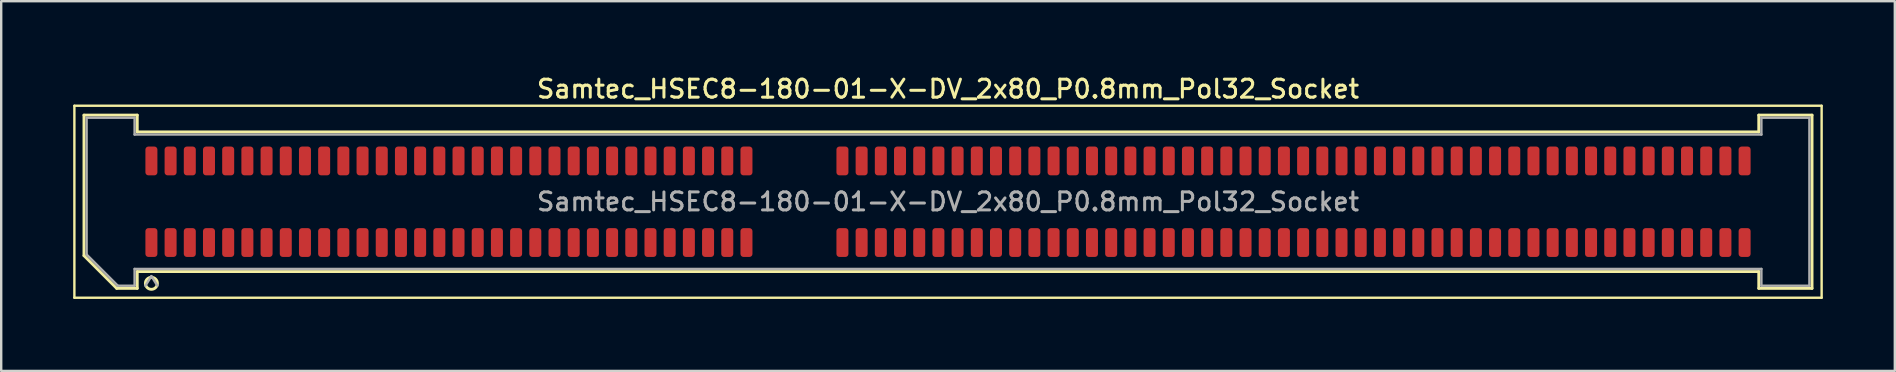
<source format=kicad_pcb>
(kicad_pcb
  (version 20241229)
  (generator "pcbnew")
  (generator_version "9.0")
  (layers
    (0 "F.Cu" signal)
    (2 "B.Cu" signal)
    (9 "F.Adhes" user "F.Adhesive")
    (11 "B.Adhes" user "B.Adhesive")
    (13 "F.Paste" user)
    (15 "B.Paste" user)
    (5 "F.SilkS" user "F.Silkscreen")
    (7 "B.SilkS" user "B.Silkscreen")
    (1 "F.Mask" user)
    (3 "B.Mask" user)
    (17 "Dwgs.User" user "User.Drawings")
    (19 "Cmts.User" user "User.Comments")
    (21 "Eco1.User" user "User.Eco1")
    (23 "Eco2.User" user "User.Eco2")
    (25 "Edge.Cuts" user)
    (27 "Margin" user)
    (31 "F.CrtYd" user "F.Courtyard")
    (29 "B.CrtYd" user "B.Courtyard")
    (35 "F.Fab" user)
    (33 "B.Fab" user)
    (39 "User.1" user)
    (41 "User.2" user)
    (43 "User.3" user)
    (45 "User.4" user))
  (footprint "Samtec_HSEC8-180-01-X-DV_2x80_P0.8mm_Pol32_Socket"
    (layer "F.Cu")
    (at 36.46 5.358)
    (property "Reference" "Samtec_HSEC8-180-01-X-DV_2x80_P0.8mm_Pol32_Socket" (at 0 -4.7 0) (layer "F.SilkS") (effects (font (size 0.75 0.75) (thickness 0.125))))
    (attr smd)
    (fp_line (start -36.41 -4) (end -36.41 4) (stroke (width 0.1) (type solid)) (layer "F.SilkS"))
    (fp_line (start -36.41 4) (end 36.41 4) (stroke (width 0.1) (type solid)) (layer "F.SilkS"))
    (fp_line (start -36.01 -3.61) (end -33.79 -3.61) (stroke (width 0.12) (type solid)) (layer "F.SilkS"))
    (fp_line (start -36.01 2.246) (end -36.01 -3.61) (stroke (width 0.12) (type solid)) (layer "F.SilkS"))
    (fp_line (start -34.646 3.61) (end -36.01 2.246) (stroke (width 0.12) (type solid)) (layer "F.SilkS"))
    (fp_line (start -33.79 -3.61) (end -33.79 -2.91) (stroke (width 0.12) (type solid)) (layer "F.SilkS"))
    (fp_line (start -33.79 -2.91) (end 33.79 -2.91) (stroke (width 0.12) (type solid)) (layer "F.SilkS"))
    (fp_line (start -33.79 2.91) (end -33.79 3.61) (stroke (width 0.12) (type solid)) (layer "F.SilkS"))
    (fp_line (start -33.79 3.61) (end -34.646 3.61) (stroke (width 0.12) (type solid)) (layer "F.SilkS"))
    (fp_line (start 33.79 -3.61) (end 36.01 -3.61) (stroke (width 0.12) (type solid)) (layer "F.SilkS"))
    (fp_line (start 33.79 -2.91) (end 33.79 -3.61) (stroke (width 0.12) (type solid)) (layer "F.SilkS"))
    (fp_line (start 33.79 2.91) (end -33.79 2.91) (stroke (width 0.12) (type solid)) (layer "F.SilkS"))
    (fp_line (start 33.79 3.61) (end 33.79 2.91) (stroke (width 0.12) (type solid)) (layer "F.SilkS"))
    (fp_line (start 36.01 -3.61) (end 36.01 3.61) (stroke (width 0.12) (type solid)) (layer "F.SilkS"))
    (fp_line (start 36.01 3.61) (end 33.79 3.61) (stroke (width 0.12) (type solid)) (layer "F.SilkS"))
    (fp_line (start 36.41 -4) (end -36.41 -4) (stroke (width 0.1) (type solid)) (layer "F.SilkS"))
    (fp_line (start 36.41 4) (end 36.41 -4) (stroke (width 0.1) (type solid)) (layer "F.SilkS"))
    (fp_arc (start -32.95 3.4) (mid -33.45 3.4) (end -32.95 3.4) (stroke (width 0.12) (type solid)) (layer "F.SilkS"))
    (fp_line (start -35.9 -3.5) (end -33.9 -3.5) (stroke (width 0.1) (type solid)) (layer "F.Fab"))
    (fp_line (start -35.9 2.2) (end -35.9 -3.5) (stroke (width 0.1) (type solid)) (layer "F.Fab"))
    (fp_line (start -34.6 3.5) (end -35.9 2.2) (stroke (width 0.1) (type solid)) (layer "F.Fab"))
    (fp_line (start -33.9 -3.5) (end -33.9 -2.8) (stroke (width 0.1) (type solid)) (layer "F.Fab"))
    (fp_line (start -33.9 -2.8) (end 33.9 -2.8) (stroke (width 0.1) (type solid)) (layer "F.Fab"))
    (fp_line (start -33.9 2.8) (end -33.9 3.5) (stroke (width 0.1) (type solid)) (layer "F.Fab"))
    (fp_line (start -33.9 3.5) (end -34.6 3.5) (stroke (width 0.1) (type solid)) (layer "F.Fab"))
    (fp_line (start -33.2 3.1) (end -33.45 3.5) (stroke (width 0.1) (type solid)) (layer "F.Fab"))
    (fp_line (start -33.2 3.1) (end -32.95 3.5) (stroke (width 0.1) (type solid)) (layer "F.Fab"))
    (fp_line (start 33.9 -3.5) (end 35.9 -3.5) (stroke (width 0.1) (type solid)) (layer "F.Fab"))
    (fp_line (start 33.9 -2.8) (end 33.9 -3.5) (stroke (width 0.1) (type solid)) (layer "F.Fab"))
    (fp_line (start 33.9 2.8) (end -33.9 2.8) (stroke (width 0.1) (type solid)) (layer "F.Fab"))
    (fp_line (start 33.9 3.5) (end 33.9 2.8) (stroke (width 0.1) (type solid)) (layer "F.Fab"))
    (fp_line (start 35.9 -3.5) (end 35.9 3.5) (stroke (width 0.1) (type solid)) (layer "F.Fab"))
    (fp_line (start 35.9 3.5) (end 33.9 3.5) (stroke (width 0.1) (type solid)) (layer "F.Fab"))
    (fp_text user "${REFERENCE}" (at 0 0 0) (layer "F.Fab") (effects (font (size 0.75 0.75) (thickness 0.125))))
    (pad "1" smd roundrect (at -33.2 1.7) (size 0.5 1.2) (layers "F.Cu" "F.Mask" "F.Paste") (roundrect_rratio 0.25))
    (pad "2" smd roundrect (at -33.2 -1.7) (size 0.5 1.2) (layers "F.Cu" "F.Mask" "F.Paste") (roundrect_rratio 0.25))
    (pad "3" smd roundrect (at -32.4 1.7) (size 0.5 1.2) (layers "F.Cu" "F.Mask" "F.Paste") (roundrect_rratio 0.25))
    (pad "4" smd roundrect (at -32.4 -1.7) (size 0.5 1.2) (layers "F.Cu" "F.Mask" "F.Paste") (roundrect_rratio 0.25))
    (pad "5" smd roundrect (at -31.6 1.7) (size 0.5 1.2) (layers "F.Cu" "F.Mask" "F.Paste") (roundrect_rratio 0.25))
    (pad "6" smd roundrect (at -31.6 -1.7) (size 0.5 1.2) (layers "F.Cu" "F.Mask" "F.Paste") (roundrect_rratio 0.25))
    (pad "7" smd roundrect (at -30.8 1.7) (size 0.5 1.2) (layers "F.Cu" "F.Mask" "F.Paste") (roundrect_rratio 0.25))
    (pad "8" smd roundrect (at -30.8 -1.7) (size 0.5 1.2) (layers "F.Cu" "F.Mask" "F.Paste") (roundrect_rratio 0.25))
    (pad "9" smd roundrect (at -30 1.7) (size 0.5 1.2) (layers "F.Cu" "F.Mask" "F.Paste") (roundrect_rratio 0.25))
    (pad "10" smd roundrect (at -30 -1.7) (size 0.5 1.2) (layers "F.Cu" "F.Mask" "F.Paste") (roundrect_rratio 0.25))
    (pad "11" smd roundrect (at -29.2 1.7) (size 0.5 1.2) (layers "F.Cu" "F.Mask" "F.Paste") (roundrect_rratio 0.25))
    (pad "12" smd roundrect (at -29.2 -1.7) (size 0.5 1.2) (layers "F.Cu" "F.Mask" "F.Paste") (roundrect_rratio 0.25))
    (pad "13" smd roundrect (at -28.4 1.7) (size 0.5 1.2) (layers "F.Cu" "F.Mask" "F.Paste") (roundrect_rratio 0.25))
    (pad "14" smd roundrect (at -28.4 -1.7) (size 0.5 1.2) (layers "F.Cu" "F.Mask" "F.Paste") (roundrect_rratio 0.25))
    (pad "15" smd roundrect (at -27.6 1.7) (size 0.5 1.2) (layers "F.Cu" "F.Mask" "F.Paste") (roundrect_rratio 0.25))
    (pad "16" smd roundrect (at -27.6 -1.7) (size 0.5 1.2) (layers "F.Cu" "F.Mask" "F.Paste") (roundrect_rratio 0.25))
    (pad "17" smd roundrect (at -26.8 1.7) (size 0.5 1.2) (layers "F.Cu" "F.Mask" "F.Paste") (roundrect_rratio 0.25))
    (pad "18" smd roundrect (at -26.8 -1.7) (size 0.5 1.2) (layers "F.Cu" "F.Mask" "F.Paste") (roundrect_rratio 0.25))
    (pad "19" smd roundrect (at -26 1.7) (size 0.5 1.2) (layers "F.Cu" "F.Mask" "F.Paste") (roundrect_rratio 0.25))
    (pad "20" smd roundrect (at -26 -1.7) (size 0.5 1.2) (layers "F.Cu" "F.Mask" "F.Paste") (roundrect_rratio 0.25))
    (pad "21" smd roundrect (at -25.2 1.7) (size 0.5 1.2) (layers "F.Cu" "F.Mask" "F.Paste") (roundrect_rratio 0.25))
    (pad "22" smd roundrect (at -25.2 -1.7) (size 0.5 1.2) (layers "F.Cu" "F.Mask" "F.Paste") (roundrect_rratio 0.25))
    (pad "23" smd roundrect (at -24.4 1.7) (size 0.5 1.2) (layers "F.Cu" "F.Mask" "F.Paste") (roundrect_rratio 0.25))
    (pad "24" smd roundrect (at -24.4 -1.7) (size 0.5 1.2) (layers "F.Cu" "F.Mask" "F.Paste") (roundrect_rratio 0.25))
    (pad "25" smd roundrect (at -23.6 1.7) (size 0.5 1.2) (layers "F.Cu" "F.Mask" "F.Paste") (roundrect_rratio 0.25))
    (pad "26" smd roundrect (at -23.6 -1.7) (size 0.5 1.2) (layers "F.Cu" "F.Mask" "F.Paste") (roundrect_rratio 0.25))
    (pad "27" smd roundrect (at -22.8 1.7) (size 0.5 1.2) (layers "F.Cu" "F.Mask" "F.Paste") (roundrect_rratio 0.25))
    (pad "28" smd roundrect (at -22.8 -1.7) (size 0.5 1.2) (layers "F.Cu" "F.Mask" "F.Paste") (roundrect_rratio 0.25))
    (pad "29" smd roundrect (at -22 1.7) (size 0.5 1.2) (layers "F.Cu" "F.Mask" "F.Paste") (roundrect_rratio 0.25))
    (pad "30" smd roundrect (at -22 -1.7) (size 0.5 1.2) (layers "F.Cu" "F.Mask" "F.Paste") (roundrect_rratio 0.25))
    (pad "31" smd roundrect (at -21.2 1.7) (size 0.5 1.2) (layers "F.Cu" "F.Mask" "F.Paste") (roundrect_rratio 0.25))
    (pad "32" smd roundrect (at -21.2 -1.7) (size 0.5 1.2) (layers "F.Cu" "F.Mask" "F.Paste") (roundrect_rratio 0.25))
    (pad "33" smd roundrect (at -20.4 1.7) (size 0.5 1.2) (layers "F.Cu" "F.Mask" "F.Paste") (roundrect_rratio 0.25))
    (pad "34" smd roundrect (at -20.4 -1.7) (size 0.5 1.2) (layers "F.Cu" "F.Mask" "F.Paste") (roundrect_rratio 0.25))
    (pad "35" smd roundrect (at -19.6 1.7) (size 0.5 1.2) (layers "F.Cu" "F.Mask" "F.Paste") (roundrect_rratio 0.25))
    (pad "36" smd roundrect (at -19.6 -1.7) (size 0.5 1.2) (layers "F.Cu" "F.Mask" "F.Paste") (roundrect_rratio 0.25))
    (pad "37" smd roundrect (at -18.8 1.7) (size 0.5 1.2) (layers "F.Cu" "F.Mask" "F.Paste") (roundrect_rratio 0.25))
    (pad "38" smd roundrect (at -18.8 -1.7) (size 0.5 1.2) (layers "F.Cu" "F.Mask" "F.Paste") (roundrect_rratio 0.25))
    (pad "39" smd roundrect (at -18 1.7) (size 0.5 1.2) (layers "F.Cu" "F.Mask" "F.Paste") (roundrect_rratio 0.25))
    (pad "40" smd roundrect (at -18 -1.7) (size 0.5 1.2) (layers "F.Cu" "F.Mask" "F.Paste") (roundrect_rratio 0.25))
    (pad "41" smd roundrect (at -17.2 1.7) (size 0.5 1.2) (layers "F.Cu" "F.Mask" "F.Paste") (roundrect_rratio 0.25))
    (pad "42" smd roundrect (at -17.2 -1.7) (size 0.5 1.2) (layers "F.Cu" "F.Mask" "F.Paste") (roundrect_rratio 0.25))
    (pad "43" smd roundrect (at -16.4 1.7) (size 0.5 1.2) (layers "F.Cu" "F.Mask" "F.Paste") (roundrect_rratio 0.25))
    (pad "44" smd roundrect (at -16.4 -1.7) (size 0.5 1.2) (layers "F.Cu" "F.Mask" "F.Paste") (roundrect_rratio 0.25))
    (pad "45" smd roundrect (at -15.6 1.7) (size 0.5 1.2) (layers "F.Cu" "F.Mask" "F.Paste") (roundrect_rratio 0.25))
    (pad "46" smd roundrect (at -15.6 -1.7) (size 0.5 1.2) (layers "F.Cu" "F.Mask" "F.Paste") (roundrect_rratio 0.25))
    (pad "47" smd roundrect (at -14.8 1.7) (size 0.5 1.2) (layers "F.Cu" "F.Mask" "F.Paste") (roundrect_rratio 0.25))
    (pad "48" smd roundrect (at -14.8 -1.7) (size 0.5 1.2) (layers "F.Cu" "F.Mask" "F.Paste") (roundrect_rratio 0.25))
    (pad "49" smd roundrect (at -14 1.7) (size 0.5 1.2) (layers "F.Cu" "F.Mask" "F.Paste") (roundrect_rratio 0.25))
    (pad "50" smd roundrect (at -14 -1.7) (size 0.5 1.2) (layers "F.Cu" "F.Mask" "F.Paste") (roundrect_rratio 0.25))
    (pad "51" smd roundrect (at -13.2 1.7) (size 0.5 1.2) (layers "F.Cu" "F.Mask" "F.Paste") (roundrect_rratio 0.25))
    (pad "52" smd roundrect (at -13.2 -1.7) (size 0.5 1.2) (layers "F.Cu" "F.Mask" "F.Paste") (roundrect_rratio 0.25))
    (pad "53" smd roundrect (at -12.4 1.7) (size 0.5 1.2) (layers "F.Cu" "F.Mask" "F.Paste") (roundrect_rratio 0.25))
    (pad "54" smd roundrect (at -12.4 -1.7) (size 0.5 1.2) (layers "F.Cu" "F.Mask" "F.Paste") (roundrect_rratio 0.25))
    (pad "55" smd roundrect (at -11.6 1.7) (size 0.5 1.2) (layers "F.Cu" "F.Mask" "F.Paste") (roundrect_rratio 0.25))
    (pad "56" smd roundrect (at -11.6 -1.7) (size 0.5 1.2) (layers "F.Cu" "F.Mask" "F.Paste") (roundrect_rratio 0.25))
    (pad "57" smd roundrect (at -10.8 1.7) (size 0.5 1.2) (layers "F.Cu" "F.Mask" "F.Paste") (roundrect_rratio 0.25))
    (pad "58" smd roundrect (at -10.8 -1.7) (size 0.5 1.2) (layers "F.Cu" "F.Mask" "F.Paste") (roundrect_rratio 0.25))
    (pad "59" smd roundrect (at -10 1.7) (size 0.5 1.2) (layers "F.Cu" "F.Mask" "F.Paste") (roundrect_rratio 0.25))
    (pad "60" smd roundrect (at -10 -1.7) (size 0.5 1.2) (layers "F.Cu" "F.Mask" "F.Paste") (roundrect_rratio 0.25))
    (pad "61" smd roundrect (at -9.2 1.7) (size 0.5 1.2) (layers "F.Cu" "F.Mask" "F.Paste") (roundrect_rratio 0.25))
    (pad "62" smd roundrect (at -9.2 -1.7) (size 0.5 1.2) (layers "F.Cu" "F.Mask" "F.Paste") (roundrect_rratio 0.25))
    (pad "63" smd roundrect (at -8.4 1.7) (size 0.5 1.2) (layers "F.Cu" "F.Mask" "F.Paste") (roundrect_rratio 0.25))
    (pad "64" smd roundrect (at -8.4 -1.7) (size 0.5 1.2) (layers "F.Cu" "F.Mask" "F.Paste") (roundrect_rratio 0.25))
    (pad "65" smd roundrect (at -4.4 1.7) (size 0.5 1.2) (layers "F.Cu" "F.Mask" "F.Paste") (roundrect_rratio 0.25))
    (pad "66" smd roundrect (at -4.4 -1.7) (size 0.5 1.2) (layers "F.Cu" "F.Mask" "F.Paste") (roundrect_rratio 0.25))
    (pad "67" smd roundrect (at -3.6 1.7) (size 0.5 1.2) (layers "F.Cu" "F.Mask" "F.Paste") (roundrect_rratio 0.25))
    (pad "68" smd roundrect (at -3.6 -1.7) (size 0.5 1.2) (layers "F.Cu" "F.Mask" "F.Paste") (roundrect_rratio 0.25))
    (pad "69" smd roundrect (at -2.8 1.7) (size 0.5 1.2) (layers "F.Cu" "F.Mask" "F.Paste") (roundrect_rratio 0.25))
    (pad "70" smd roundrect (at -2.8 -1.7) (size 0.5 1.2) (layers "F.Cu" "F.Mask" "F.Paste") (roundrect_rratio 0.25))
    (pad "71" smd roundrect (at -2 1.7) (size 0.5 1.2) (layers "F.Cu" "F.Mask" "F.Paste") (roundrect_rratio 0.25))
    (pad "72" smd roundrect (at -2 -1.7) (size 0.5 1.2) (layers "F.Cu" "F.Mask" "F.Paste") (roundrect_rratio 0.25))
    (pad "73" smd roundrect (at -1.2 1.7) (size 0.5 1.2) (layers "F.Cu" "F.Mask" "F.Paste") (roundrect_rratio 0.25))
    (pad "74" smd roundrect (at -1.2 -1.7) (size 0.5 1.2) (layers "F.Cu" "F.Mask" "F.Paste") (roundrect_rratio 0.25))
    (pad "75" smd roundrect (at -0.4 1.7) (size 0.5 1.2) (layers "F.Cu" "F.Mask" "F.Paste") (roundrect_rratio 0.25))
    (pad "76" smd roundrect (at -0.4 -1.7) (size 0.5 1.2) (layers "F.Cu" "F.Mask" "F.Paste") (roundrect_rratio 0.25))
    (pad "77" smd roundrect (at 0.4 1.7) (size 0.5 1.2) (layers "F.Cu" "F.Mask" "F.Paste") (roundrect_rratio 0.25))
    (pad "78" smd roundrect (at 0.4 -1.7) (size 0.5 1.2) (layers "F.Cu" "F.Mask" "F.Paste") (roundrect_rratio 0.25))
    (pad "79" smd roundrect (at 1.2 1.7) (size 0.5 1.2) (layers "F.Cu" "F.Mask" "F.Paste") (roundrect_rratio 0.25))
    (pad "80" smd roundrect (at 1.2 -1.7) (size 0.5 1.2) (layers "F.Cu" "F.Mask" "F.Paste") (roundrect_rratio 0.25))
    (pad "81" smd roundrect (at 2 1.7) (size 0.5 1.2) (layers "F.Cu" "F.Mask" "F.Paste") (roundrect_rratio 0.25))
    (pad "82" smd roundrect (at 2 -1.7) (size 0.5 1.2) (layers "F.Cu" "F.Mask" "F.Paste") (roundrect_rratio 0.25))
    (pad "83" smd roundrect (at 2.8 1.7) (size 0.5 1.2) (layers "F.Cu" "F.Mask" "F.Paste") (roundrect_rratio 0.25))
    (pad "84" smd roundrect (at 2.8 -1.7) (size 0.5 1.2) (layers "F.Cu" "F.Mask" "F.Paste") (roundrect_rratio 0.25))
    (pad "85" smd roundrect (at 3.6 1.7) (size 0.5 1.2) (layers "F.Cu" "F.Mask" "F.Paste") (roundrect_rratio 0.25))
    (pad "86" smd roundrect (at 3.6 -1.7) (size 0.5 1.2) (layers "F.Cu" "F.Mask" "F.Paste") (roundrect_rratio 0.25))
    (pad "87" smd roundrect (at 4.4 1.7) (size 0.5 1.2) (layers "F.Cu" "F.Mask" "F.Paste") (roundrect_rratio 0.25))
    (pad "88" smd roundrect (at 4.4 -1.7) (size 0.5 1.2) (layers "F.Cu" "F.Mask" "F.Paste") (roundrect_rratio 0.25))
    (pad "89" smd roundrect (at 5.2 1.7) (size 0.5 1.2) (layers "F.Cu" "F.Mask" "F.Paste") (roundrect_rratio 0.25))
    (pad "90" smd roundrect (at 5.2 -1.7) (size 0.5 1.2) (layers "F.Cu" "F.Mask" "F.Paste") (roundrect_rratio 0.25))
    (pad "91" smd roundrect (at 6 1.7) (size 0.5 1.2) (layers "F.Cu" "F.Mask" "F.Paste") (roundrect_rratio 0.25))
    (pad "92" smd roundrect (at 6 -1.7) (size 0.5 1.2) (layers "F.Cu" "F.Mask" "F.Paste") (roundrect_rratio 0.25))
    (pad "93" smd roundrect (at 6.8 1.7) (size 0.5 1.2) (layers "F.Cu" "F.Mask" "F.Paste") (roundrect_rratio 0.25))
    (pad "94" smd roundrect (at 6.8 -1.7) (size 0.5 1.2) (layers "F.Cu" "F.Mask" "F.Paste") (roundrect_rratio 0.25))
    (pad "95" smd roundrect (at 7.6 1.7) (size 0.5 1.2) (layers "F.Cu" "F.Mask" "F.Paste") (roundrect_rratio 0.25))
    (pad "96" smd roundrect (at 7.6 -1.7) (size 0.5 1.2) (layers "F.Cu" "F.Mask" "F.Paste") (roundrect_rratio 0.25))
    (pad "97" smd roundrect (at 8.4 1.7) (size 0.5 1.2) (layers "F.Cu" "F.Mask" "F.Paste") (roundrect_rratio 0.25))
    (pad "98" smd roundrect (at 8.4 -1.7) (size 0.5 1.2) (layers "F.Cu" "F.Mask" "F.Paste") (roundrect_rratio 0.25))
    (pad "99" smd roundrect (at 9.2 1.7) (size 0.5 1.2) (layers "F.Cu" "F.Mask" "F.Paste") (roundrect_rratio 0.25))
    (pad "100" smd roundrect (at 9.2 -1.7) (size 0.5 1.2) (layers "F.Cu" "F.Mask" "F.Paste") (roundrect_rratio 0.25))
    (pad "101" smd roundrect (at 10 1.7) (size 0.5 1.2) (layers "F.Cu" "F.Mask" "F.Paste") (roundrect_rratio 0.25))
    (pad "102" smd roundrect (at 10 -1.7) (size 0.5 1.2) (layers "F.Cu" "F.Mask" "F.Paste") (roundrect_rratio 0.25))
    (pad "103" smd roundrect (at 10.8 1.7) (size 0.5 1.2) (layers "F.Cu" "F.Mask" "F.Paste") (roundrect_rratio 0.25))
    (pad "104" smd roundrect (at 10.8 -1.7) (size 0.5 1.2) (layers "F.Cu" "F.Mask" "F.Paste") (roundrect_rratio 0.25))
    (pad "105" smd roundrect (at 11.6 1.7) (size 0.5 1.2) (layers "F.Cu" "F.Mask" "F.Paste") (roundrect_rratio 0.25))
    (pad "106" smd roundrect (at 11.6 -1.7) (size 0.5 1.2) (layers "F.Cu" "F.Mask" "F.Paste") (roundrect_rratio 0.25))
    (pad "107" smd roundrect (at 12.4 1.7) (size 0.5 1.2) (layers "F.Cu" "F.Mask" "F.Paste") (roundrect_rratio 0.25))
    (pad "108" smd roundrect (at 12.4 -1.7) (size 0.5 1.2) (layers "F.Cu" "F.Mask" "F.Paste") (roundrect_rratio 0.25))
    (pad "109" smd roundrect (at 13.2 1.7) (size 0.5 1.2) (layers "F.Cu" "F.Mask" "F.Paste") (roundrect_rratio 0.25))
    (pad "110" smd roundrect (at 13.2 -1.7) (size 0.5 1.2) (layers "F.Cu" "F.Mask" "F.Paste") (roundrect_rratio 0.25))
    (pad "111" smd roundrect (at 14 1.7) (size 0.5 1.2) (layers "F.Cu" "F.Mask" "F.Paste") (roundrect_rratio 0.25))
    (pad "112" smd roundrect (at 14 -1.7) (size 0.5 1.2) (layers "F.Cu" "F.Mask" "F.Paste") (roundrect_rratio 0.25))
    (pad "113" smd roundrect (at 14.8 1.7) (size 0.5 1.2) (layers "F.Cu" "F.Mask" "F.Paste") (roundrect_rratio 0.25))
    (pad "114" smd roundrect (at 14.8 -1.7) (size 0.5 1.2) (layers "F.Cu" "F.Mask" "F.Paste") (roundrect_rratio 0.25))
    (pad "115" smd roundrect (at 15.6 1.7) (size 0.5 1.2) (layers "F.Cu" "F.Mask" "F.Paste") (roundrect_rratio 0.25))
    (pad "116" smd roundrect (at 15.6 -1.7) (size 0.5 1.2) (layers "F.Cu" "F.Mask" "F.Paste") (roundrect_rratio 0.25))
    (pad "117" smd roundrect (at 16.4 1.7) (size 0.5 1.2) (layers "F.Cu" "F.Mask" "F.Paste") (roundrect_rratio 0.25))
    (pad "118" smd roundrect (at 16.4 -1.7) (size 0.5 1.2) (layers "F.Cu" "F.Mask" "F.Paste") (roundrect_rratio 0.25))
    (pad "119" smd roundrect (at 17.2 1.7) (size 0.5 1.2) (layers "F.Cu" "F.Mask" "F.Paste") (roundrect_rratio 0.25))
    (pad "120" smd roundrect (at 17.2 -1.7) (size 0.5 1.2) (layers "F.Cu" "F.Mask" "F.Paste") (roundrect_rratio 0.25))
    (pad "121" smd roundrect (at 18 1.7) (size 0.5 1.2) (layers "F.Cu" "F.Mask" "F.Paste") (roundrect_rratio 0.25))
    (pad "122" smd roundrect (at 18 -1.7) (size 0.5 1.2) (layers "F.Cu" "F.Mask" "F.Paste") (roundrect_rratio 0.25))
    (pad "123" smd roundrect (at 18.8 1.7) (size 0.5 1.2) (layers "F.Cu" "F.Mask" "F.Paste") (roundrect_rratio 0.25))
    (pad "124" smd roundrect (at 18.8 -1.7) (size 0.5 1.2) (layers "F.Cu" "F.Mask" "F.Paste") (roundrect_rratio 0.25))
    (pad "125" smd roundrect (at 19.6 1.7) (size 0.5 1.2) (layers "F.Cu" "F.Mask" "F.Paste") (roundrect_rratio 0.25))
    (pad "126" smd roundrect (at 19.6 -1.7) (size 0.5 1.2) (layers "F.Cu" "F.Mask" "F.Paste") (roundrect_rratio 0.25))
    (pad "127" smd roundrect (at 20.4 1.7) (size 0.5 1.2) (layers "F.Cu" "F.Mask" "F.Paste") (roundrect_rratio 0.25))
    (pad "128" smd roundrect (at 20.4 -1.7) (size 0.5 1.2) (layers "F.Cu" "F.Mask" "F.Paste") (roundrect_rratio 0.25))
    (pad "129" smd roundrect (at 21.2 1.7) (size 0.5 1.2) (layers "F.Cu" "F.Mask" "F.Paste") (roundrect_rratio 0.25))
    (pad "130" smd roundrect (at 21.2 -1.7) (size 0.5 1.2) (layers "F.Cu" "F.Mask" "F.Paste") (roundrect_rratio 0.25))
    (pad "131" smd roundrect (at 22 1.7) (size 0.5 1.2) (layers "F.Cu" "F.Mask" "F.Paste") (roundrect_rratio 0.25))
    (pad "132" smd roundrect (at 22 -1.7) (size 0.5 1.2) (layers "F.Cu" "F.Mask" "F.Paste") (roundrect_rratio 0.25))
    (pad "133" smd roundrect (at 22.8 1.7) (size 0.5 1.2) (layers "F.Cu" "F.Mask" "F.Paste") (roundrect_rratio 0.25))
    (pad "134" smd roundrect (at 22.8 -1.7) (size 0.5 1.2) (layers "F.Cu" "F.Mask" "F.Paste") (roundrect_rratio 0.25))
    (pad "135" smd roundrect (at 23.6 1.7) (size 0.5 1.2) (layers "F.Cu" "F.Mask" "F.Paste") (roundrect_rratio 0.25))
    (pad "136" smd roundrect (at 23.6 -1.7) (size 0.5 1.2) (layers "F.Cu" "F.Mask" "F.Paste") (roundrect_rratio 0.25))
    (pad "137" smd roundrect (at 24.4 1.7) (size 0.5 1.2) (layers "F.Cu" "F.Mask" "F.Paste") (roundrect_rratio 0.25))
    (pad "138" smd roundrect (at 24.4 -1.7) (size 0.5 1.2) (layers "F.Cu" "F.Mask" "F.Paste") (roundrect_rratio 0.25))
    (pad "139" smd roundrect (at 25.2 1.7) (size 0.5 1.2) (layers "F.Cu" "F.Mask" "F.Paste") (roundrect_rratio 0.25))
    (pad "140" smd roundrect (at 25.2 -1.7) (size 0.5 1.2) (layers "F.Cu" "F.Mask" "F.Paste") (roundrect_rratio 0.25))
    (pad "141" smd roundrect (at 26 1.7) (size 0.5 1.2) (layers "F.Cu" "F.Mask" "F.Paste") (roundrect_rratio 0.25))
    (pad "142" smd roundrect (at 26 -1.7) (size 0.5 1.2) (layers "F.Cu" "F.Mask" "F.Paste") (roundrect_rratio 0.25))
    (pad "143" smd roundrect (at 26.8 1.7) (size 0.5 1.2) (layers "F.Cu" "F.Mask" "F.Paste") (roundrect_rratio 0.25))
    (pad "144" smd roundrect (at 26.8 -1.7) (size 0.5 1.2) (layers "F.Cu" "F.Mask" "F.Paste") (roundrect_rratio 0.25))
    (pad "145" smd roundrect (at 27.6 1.7) (size 0.5 1.2) (layers "F.Cu" "F.Mask" "F.Paste") (roundrect_rratio 0.25))
    (pad "146" smd roundrect (at 27.6 -1.7) (size 0.5 1.2) (layers "F.Cu" "F.Mask" "F.Paste") (roundrect_rratio 0.25))
    (pad "147" smd roundrect (at 28.4 1.7) (size 0.5 1.2) (layers "F.Cu" "F.Mask" "F.Paste") (roundrect_rratio 0.25))
    (pad "148" smd roundrect (at 28.4 -1.7) (size 0.5 1.2) (layers "F.Cu" "F.Mask" "F.Paste") (roundrect_rratio 0.25))
    (pad "149" smd roundrect (at 29.2 1.7) (size 0.5 1.2) (layers "F.Cu" "F.Mask" "F.Paste") (roundrect_rratio 0.25))
    (pad "150" smd roundrect (at 29.2 -1.7) (size 0.5 1.2) (layers "F.Cu" "F.Mask" "F.Paste") (roundrect_rratio 0.25))
    (pad "151" smd roundrect (at 30 1.7) (size 0.5 1.2) (layers "F.Cu" "F.Mask" "F.Paste") (roundrect_rratio 0.25))
    (pad "152" smd roundrect (at 30 -1.7) (size 0.5 1.2) (layers "F.Cu" "F.Mask" "F.Paste") (roundrect_rratio 0.25))
    (pad "153" smd roundrect (at 30.8 1.7) (size 0.5 1.2) (layers "F.Cu" "F.Mask" "F.Paste") (roundrect_rratio 0.25))
    (pad "154" smd roundrect (at 30.8 -1.7) (size 0.5 1.2) (layers "F.Cu" "F.Mask" "F.Paste") (roundrect_rratio 0.25))
    (pad "155" smd roundrect (at 31.6 1.7) (size 0.5 1.2) (layers "F.Cu" "F.Mask" "F.Paste") (roundrect_rratio 0.25))
    (pad "156" smd roundrect (at 31.6 -1.7) (size 0.5 1.2) (layers "F.Cu" "F.Mask" "F.Paste") (roundrect_rratio 0.25))
    (pad "157" smd roundrect (at 32.4 1.7) (size 0.5 1.2) (layers "F.Cu" "F.Mask" "F.Paste") (roundrect_rratio 0.25))
    (pad "158" smd roundrect (at 32.4 -1.7) (size 0.5 1.2) (layers "F.Cu" "F.Mask" "F.Paste") (roundrect_rratio 0.25))
    (pad "159" smd roundrect (at 33.2 1.7) (size 0.5 1.2) (layers "F.Cu" "F.Mask" "F.Paste") (roundrect_rratio 0.25))
    (pad "160" smd roundrect (at 33.2 -1.7) (size 0.5 1.2) (layers "F.Cu" "F.Mask" "F.Paste") (roundrect_rratio 0.25)))
  (gr_rect
    (start -3 -3)
    (end 75.92 12.408)
    (stroke (width 0.1) (type default))
    (fill no)
    (layer "Edge.Cuts")))
</source>
